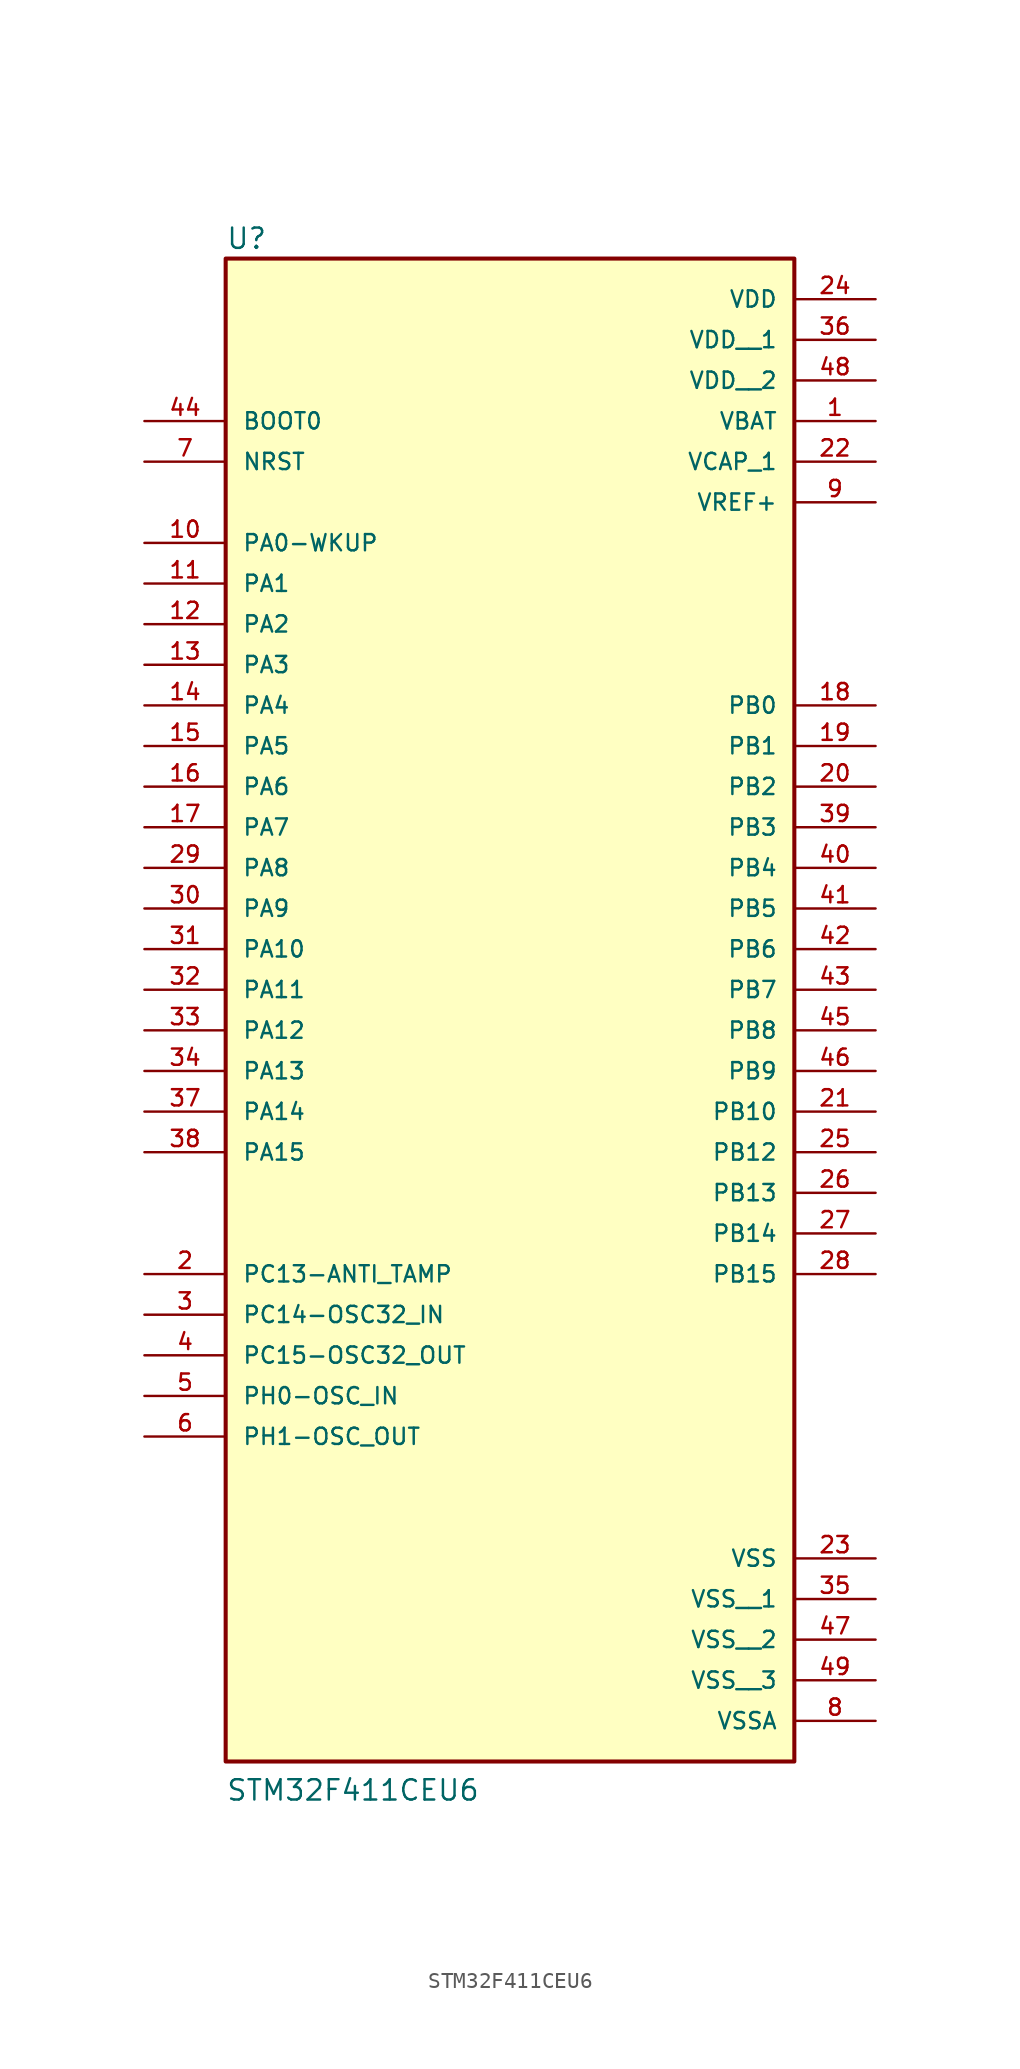
<source format=kicad_sym>
(kicad_symbol_lib
  (version 20211014)
  (generator kicad_symbol_editor)
  (symbol "STM32F411CEU6"
    (pin_names
      (offset 1.016))
    (property "Reference" "U"
      (at -17.78 43.688 0)
      (effects (font (size 1.27 1.27)) (justify bottom left)))
    (property "Value" "STM32F411CEU6"
      (at -17.78 -53.34 0)
      (effects (font (size 1.27 1.27)) (justify bottom left)))
    (symbol "STM32F411CEU6_0_0"
      (rectangle (start -17.78 -50.8) (end 17.78 43.18) (stroke (width 0.254)) (fill (type background)))
      (pin input line (at -22.86 33.02 0) (length 5.08) (name "BOOT0" (effects (font (size 1.016 1.016)))) (number "44" (effects (font (size 1.016 1.016)))))
      (pin bidirectional line (at -22.86 30.48 0) (length 5.08) (name "NRST" (effects (font (size 1.016 1.016)))) (number "7" (effects (font (size 1.016 1.016)))))
      (pin bidirectional line (at -22.86 25.4 0) (length 5.08) (name "PA0-WKUP" (effects (font (size 1.016 1.016)))) (number "10" (effects (font (size 1.016 1.016)))))
      (pin bidirectional line (at -22.86 22.86 0) (length 5.08) (name "PA1" (effects (font (size 1.016 1.016)))) (number "11" (effects (font (size 1.016 1.016)))))
      (pin bidirectional line (at -22.86 0.0 0) (length 5.08) (name "PA10" (effects (font (size 1.016 1.016)))) (number "31" (effects (font (size 1.016 1.016)))))
      (pin bidirectional line (at -22.86 -2.54 0) (length 5.08) (name "PA11" (effects (font (size 1.016 1.016)))) (number "32" (effects (font (size 1.016 1.016)))))
      (pin bidirectional line (at -22.86 -5.08 0) (length 5.08) (name "PA12" (effects (font (size 1.016 1.016)))) (number "33" (effects (font (size 1.016 1.016)))))
      (pin bidirectional line (at -22.86 -7.62 0) (length 5.08) (name "PA13" (effects (font (size 1.016 1.016)))) (number "34" (effects (font (size 1.016 1.016)))))
      (pin bidirectional line (at -22.86 -10.16 0) (length 5.08) (name "PA14" (effects (font (size 1.016 1.016)))) (number "37" (effects (font (size 1.016 1.016)))))
      (pin bidirectional line (at -22.86 -12.7 0) (length 5.08) (name "PA15" (effects (font (size 1.016 1.016)))) (number "38" (effects (font (size 1.016 1.016)))))
      (pin bidirectional line (at -22.86 20.32 0) (length 5.08) (name "PA2" (effects (font (size 1.016 1.016)))) (number "12" (effects (font (size 1.016 1.016)))))
      (pin bidirectional line (at -22.86 17.78 0) (length 5.08) (name "PA3" (effects (font (size 1.016 1.016)))) (number "13" (effects (font (size 1.016 1.016)))))
      (pin bidirectional line (at -22.86 15.24 0) (length 5.08) (name "PA4" (effects (font (size 1.016 1.016)))) (number "14" (effects (font (size 1.016 1.016)))))
      (pin bidirectional line (at -22.86 12.7 0) (length 5.08) (name "PA5" (effects (font (size 1.016 1.016)))) (number "15" (effects (font (size 1.016 1.016)))))
      (pin bidirectional line (at -22.86 10.16 0) (length 5.08) (name "PA6" (effects (font (size 1.016 1.016)))) (number "16" (effects (font (size 1.016 1.016)))))
      (pin bidirectional line (at -22.86 7.62 0) (length 5.08) (name "PA7" (effects (font (size 1.016 1.016)))) (number "17" (effects (font (size 1.016 1.016)))))
      (pin bidirectional line (at -22.86 5.08 0) (length 5.08) (name "PA8" (effects (font (size 1.016 1.016)))) (number "29" (effects (font (size 1.016 1.016)))))
      (pin bidirectional line (at -22.86 2.54 0) (length 5.08) (name "PA9" (effects (font (size 1.016 1.016)))) (number "30" (effects (font (size 1.016 1.016)))))
      (pin bidirectional line (at 22.86 15.24 180.0) (length 5.08) (name "PB0" (effects (font (size 1.016 1.016)))) (number "18" (effects (font (size 1.016 1.016)))))
      (pin bidirectional line (at 22.86 12.7 180.0) (length 5.08) (name "PB1" (effects (font (size 1.016 1.016)))) (number "19" (effects (font (size 1.016 1.016)))))
      (pin bidirectional line (at 22.86 -10.16 180.0) (length 5.08) (name "PB10" (effects (font (size 1.016 1.016)))) (number "21" (effects (font (size 1.016 1.016)))))
      (pin bidirectional line (at 22.86 -12.7 180.0) (length 5.08) (name "PB12" (effects (font (size 1.016 1.016)))) (number "25" (effects (font (size 1.016 1.016)))))
      (pin bidirectional line (at 22.86 -15.24 180.0) (length 5.08) (name "PB13" (effects (font (size 1.016 1.016)))) (number "26" (effects (font (size 1.016 1.016)))))
      (pin bidirectional line (at 22.86 -17.78 180.0) (length 5.08) (name "PB14" (effects (font (size 1.016 1.016)))) (number "27" (effects (font (size 1.016 1.016)))))
      (pin bidirectional line (at 22.86 -20.32 180.0) (length 5.08) (name "PB15" (effects (font (size 1.016 1.016)))) (number "28" (effects (font (size 1.016 1.016)))))
      (pin bidirectional line (at 22.86 10.16 180.0) (length 5.08) (name "PB2" (effects (font (size 1.016 1.016)))) (number "20" (effects (font (size 1.016 1.016)))))
      (pin bidirectional line (at 22.86 7.62 180.0) (length 5.08) (name "PB3" (effects (font (size 1.016 1.016)))) (number "39" (effects (font (size 1.016 1.016)))))
      (pin bidirectional line (at 22.86 5.08 180.0) (length 5.08) (name "PB4" (effects (font (size 1.016 1.016)))) (number "40" (effects (font (size 1.016 1.016)))))
      (pin bidirectional line (at 22.86 2.54 180.0) (length 5.08) (name "PB5" (effects (font (size 1.016 1.016)))) (number "41" (effects (font (size 1.016 1.016)))))
      (pin bidirectional line (at 22.86 0.0 180.0) (length 5.08) (name "PB6" (effects (font (size 1.016 1.016)))) (number "42" (effects (font (size 1.016 1.016)))))
      (pin bidirectional line (at 22.86 -2.54 180.0) (length 5.08) (name "PB7" (effects (font (size 1.016 1.016)))) (number "43" (effects (font (size 1.016 1.016)))))
      (pin bidirectional line (at 22.86 -5.08 180.0) (length 5.08) (name "PB8" (effects (font (size 1.016 1.016)))) (number "45" (effects (font (size 1.016 1.016)))))
      (pin bidirectional line (at 22.86 -7.62 180.0) (length 5.08) (name "PB9" (effects (font (size 1.016 1.016)))) (number "46" (effects (font (size 1.016 1.016)))))
      (pin bidirectional line (at -22.86 -20.32 0) (length 5.08) (name "PC13-ANTI_TAMP" (effects (font (size 1.016 1.016)))) (number "2" (effects (font (size 1.016 1.016)))))
      (pin bidirectional line (at -22.86 -22.86 0) (length 5.08) (name "PC14-OSC32_IN" (effects (font (size 1.016 1.016)))) (number "3" (effects (font (size 1.016 1.016)))))
      (pin bidirectional line (at -22.86 -25.4 0) (length 5.08) (name "PC15-OSC32_OUT" (effects (font (size 1.016 1.016)))) (number "4" (effects (font (size 1.016 1.016)))))
      (pin bidirectional line (at -22.86 -27.94 0) (length 5.08) (name "PH0-OSC_IN" (effects (font (size 1.016 1.016)))) (number "5" (effects (font (size 1.016 1.016)))))
      (pin bidirectional line (at -22.86 -30.48 0) (length 5.08) (name "PH1-OSC_OUT" (effects (font (size 1.016 1.016)))) (number "6" (effects (font (size 1.016 1.016)))))
      (pin power_in line (at 22.86 33.02 180.0) (length 5.08) (name "VBAT" (effects (font (size 1.016 1.016)))) (number "1" (effects (font (size 1.016 1.016)))))
      (pin power_in line (at 22.86 30.48 180.0) (length 5.08) (name "VCAP_1" (effects (font (size 1.016 1.016)))) (number "22" (effects (font (size 1.016 1.016)))))
      (pin power_in line (at 22.86 40.64 180.0) (length 5.08) (name "VDD" (effects (font (size 1.016 1.016)))) (number "24" (effects (font (size 1.016 1.016)))))
      (pin power_in line (at 22.86 27.94 180.0) (length 5.08) (name "VREF+" (effects (font (size 1.016 1.016)))) (number "9" (effects (font (size 1.016 1.016)))))
      (pin power_in line (at 22.86 -38.1 180.0) (length 5.08) (name "VSS" (effects (font (size 1.016 1.016)))) (number "23" (effects (font (size 1.016 1.016)))))
      (pin power_in line (at 22.86 -48.26 180.0) (length 5.08) (name "VSSA" (effects (font (size 1.016 1.016)))) (number "8" (effects (font (size 1.016 1.016)))))
      (pin power_in line (at 22.86 38.1 180.0) (length 5.08) (name "VDD__1" (effects (font (size 1.016 1.016)))) (number "36" (effects (font (size 1.016 1.016)))))
      (pin power_in line (at 22.86 35.56 180.0) (length 5.08) (name "VDD__2" (effects (font (size 1.016 1.016)))) (number "48" (effects (font (size 1.016 1.016)))))
      (pin power_in line (at 22.86 -40.64 180.0) (length 5.08) (name "VSS__1" (effects (font (size 1.016 1.016)))) (number "35" (effects (font (size 1.016 1.016)))))
      (pin power_in line (at 22.86 -43.18 180.0) (length 5.08) (name "VSS__2" (effects (font (size 1.016 1.016)))) (number "47" (effects (font (size 1.016 1.016)))))
      (pin power_in line (at 22.86 -45.72 180.0) (length 5.08) (name "VSS__3" (effects (font (size 1.016 1.016)))) (number "49" (effects (font (size 1.016 1.016))))))))
</source>
